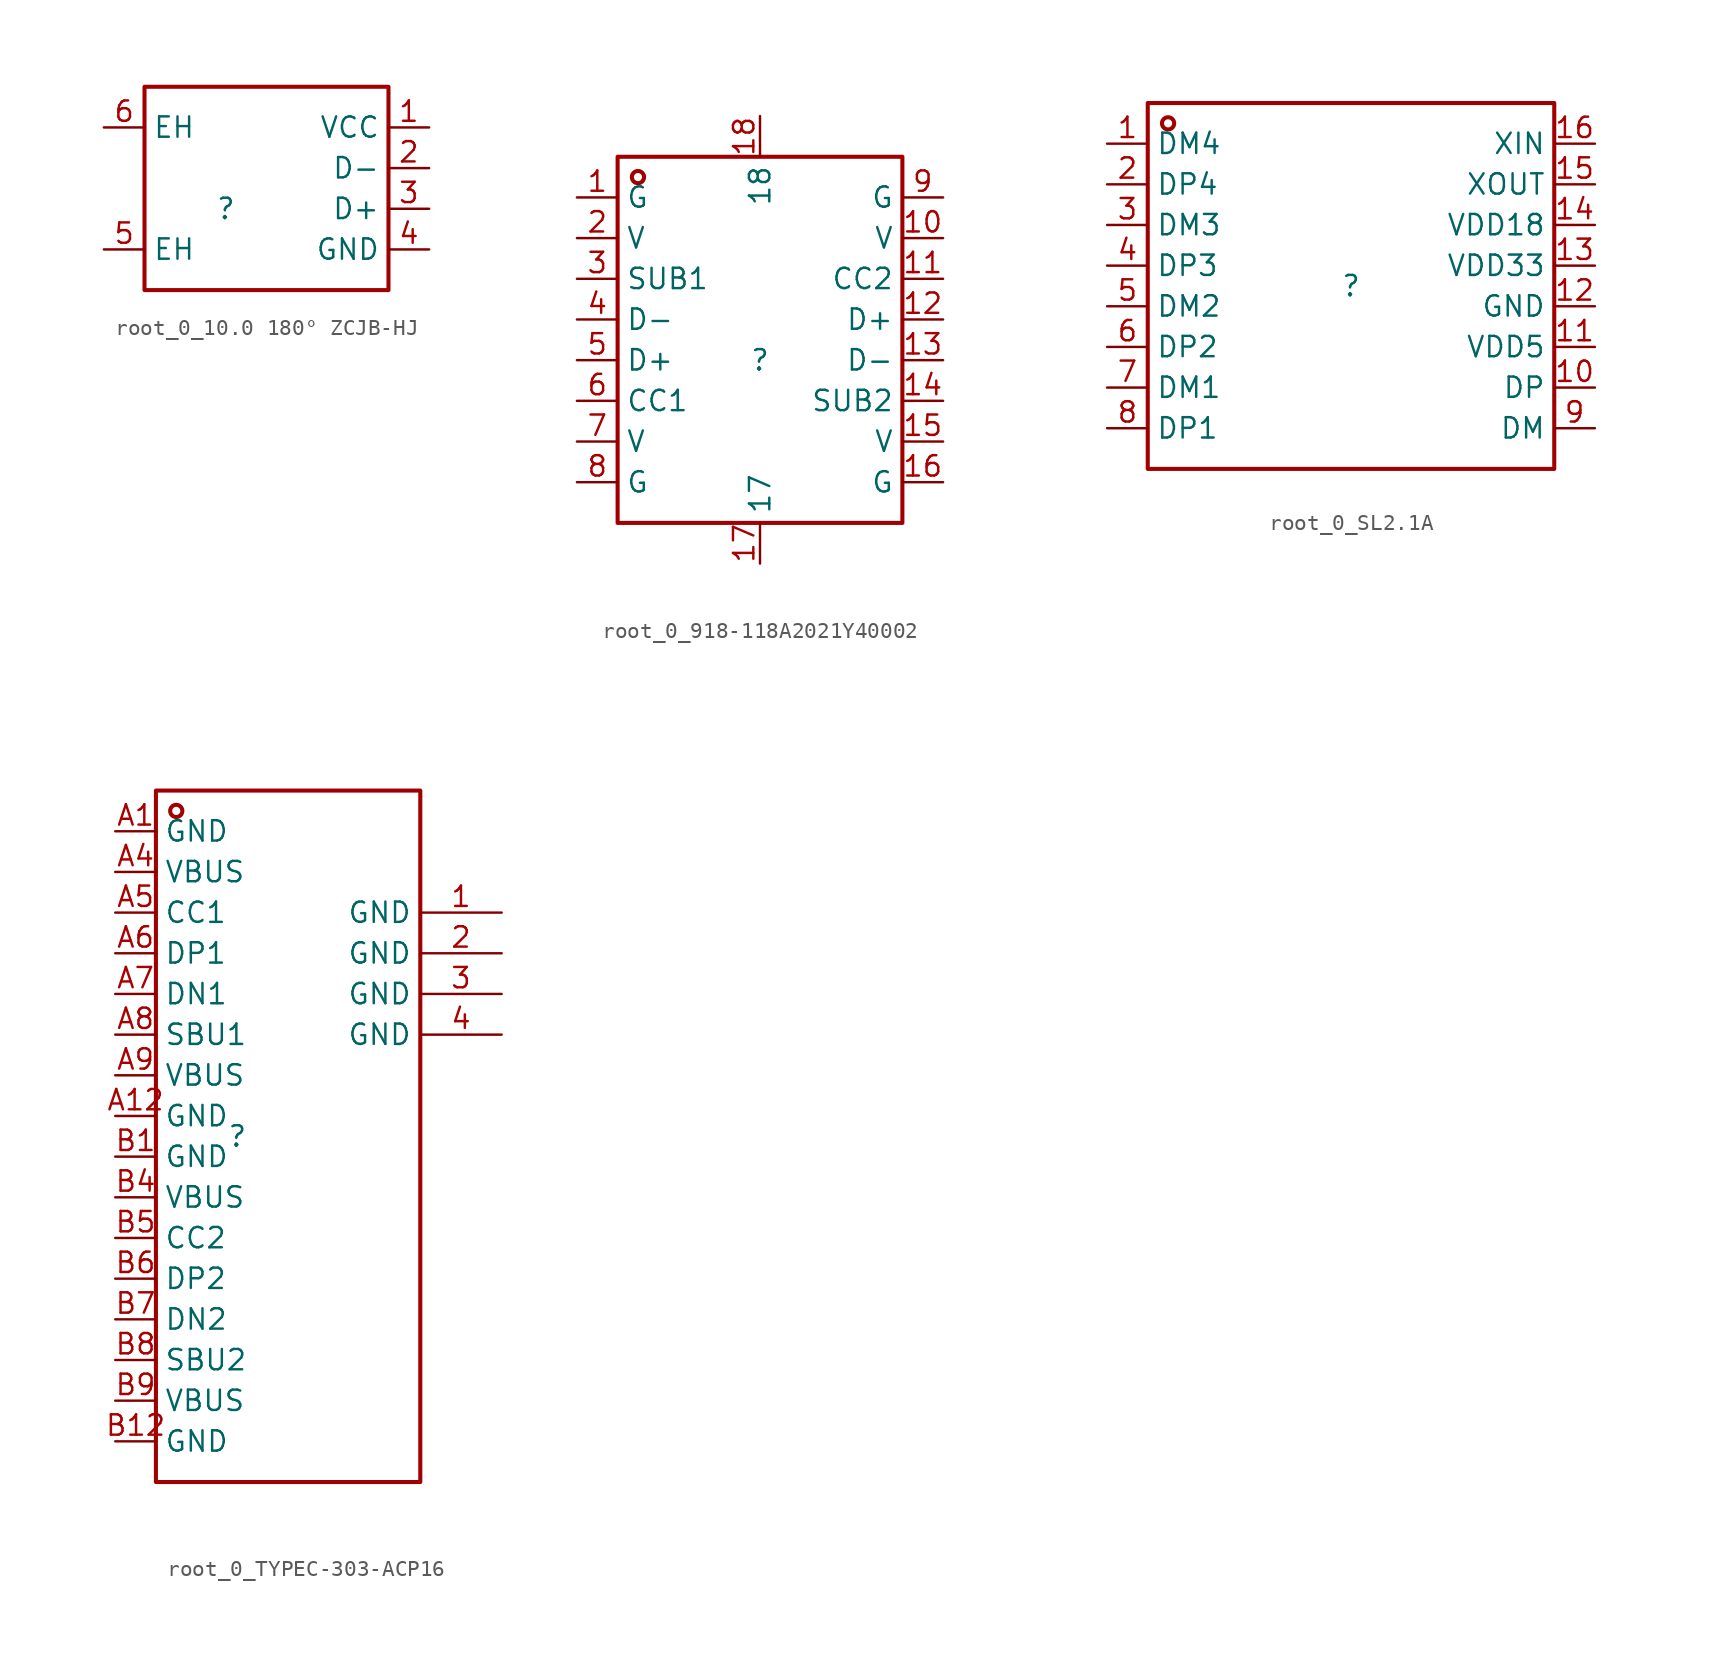
<source format=kicad_sym>
(kicad_symbol_lib
  (version 20231120)
  (generator "kicad_symbol_editor")
  (generator_version "8.0")
  (symbol "root_0_10.0 180° ZCJB-HJ"
    (property "Reference" ""
      (at 0 0 0)
      (effects (font (size 1.27 1.27))))
    (property "Value" ""
      (at 0 0 0)
      (effects (font (size 1.27 1.27))))
    (symbol "root_0_10.0 180° ZCJB-HJ_1_0"
      (rectangle (start -5.08 7.62) (end 10.16 -5.08) (stroke (width 0.254) (type solid) (color 160 0 0 1)) (fill (type none)))
      (pin passive line (at 12.7 5.08 180) (length 2.54) (name "VCC" (effects (font (size 1.27 1.27)))) (number "1" (effects (font (size 1.27 1.27)))))
      (pin passive line (at 12.7 2.54 180) (length 2.54) (name "D-" (effects (font (size 1.27 1.27)))) (number "2" (effects (font (size 1.27 1.27)))))
      (pin passive line (at 12.7 0 180) (length 2.54) (name "D+" (effects (font (size 1.27 1.27)))) (number "3" (effects (font (size 1.27 1.27)))))
      (pin passive line (at 12.7 -2.54 180) (length 2.54) (name "GND" (effects (font (size 1.27 1.27)))) (number "4" (effects (font (size 1.27 1.27)))))
      (pin passive line (at -7.62 -2.54 0) (length 2.54) (name "EH" (effects (font (size 1.27 1.27)))) (number "5" (effects (font (size 1.27 1.27)))))
      (pin passive line (at -7.62 5.08 0) (length 2.54) (name "EH" (effects (font (size 1.27 1.27)))) (number "6" (effects (font (size 1.27 1.27)))))))
  (symbol "root_0_918-118A2021Y40002"
    (property "Reference" ""
      (at 0 0 0)
      (effects (font (size 1.27 1.27))))
    (property "Value" ""
      (at 0 0 0)
      (effects (font (size 1.27 1.27))))
    (symbol "root_0_918-118A2021Y40002_1_0"
      (rectangle (start -8.89 12.7) (end 8.89 -10.16) (stroke (width 0.254) (type solid) (color 160 0 0 1)) (fill (type none)))
      (circle (center -7.62 11.43) (radius 0.381) (stroke (width 0.254) (type solid) (color 160 0 0 1)) (fill (type none)))
      (pin passive line (at -11.43 10.16 0) (length 2.54) (name "G" (effects (font (size 1.27 1.27)))) (number "1" (effects (font (size 1.27 1.27)))))
      (pin passive line (at 11.43 7.62 180) (length 2.54) (name "V" (effects (font (size 1.27 1.27)))) (number "10" (effects (font (size 1.27 1.27)))))
      (pin passive line (at 11.43 5.08 180) (length 2.54) (name "CC2" (effects (font (size 1.27 1.27)))) (number "11" (effects (font (size 1.27 1.27)))))
      (pin passive line (at 11.43 2.54 180) (length 2.54) (name "D+" (effects (font (size 1.27 1.27)))) (number "12" (effects (font (size 1.27 1.27)))))
      (pin passive line (at 11.43 0 180) (length 2.54) (name "D-" (effects (font (size 1.27 1.27)))) (number "13" (effects (font (size 1.27 1.27)))))
      (pin passive line (at 11.43 -2.54 180) (length 2.54) (name "SUB2" (effects (font (size 1.27 1.27)))) (number "14" (effects (font (size 1.27 1.27)))))
      (pin passive line (at 11.43 -5.08 180) (length 2.54) (name "V" (effects (font (size 1.27 1.27)))) (number "15" (effects (font (size 1.27 1.27)))))
      (pin passive line (at 11.43 -7.62 180) (length 2.54) (name "G" (effects (font (size 1.27 1.27)))) (number "16" (effects (font (size 1.27 1.27)))))
      (pin passive line (at 0 -12.7 90) (length 2.54) (name "17" (effects (font (size 1.27 1.27)))) (number "17" (effects (font (size 1.27 1.27)))))
      (pin passive line (at 0 15.24 270) (length 2.54) (name "18" (effects (font (size 1.27 1.27)))) (number "18" (effects (font (size 1.27 1.27)))))
      (pin passive line (at -11.43 7.62 0) (length 2.54) (name "V" (effects (font (size 1.27 1.27)))) (number "2" (effects (font (size 1.27 1.27)))))
      (pin passive line (at -11.43 5.08 0) (length 2.54) (name "SUB1" (effects (font (size 1.27 1.27)))) (number "3" (effects (font (size 1.27 1.27)))))
      (pin passive line (at -11.43 2.54 0) (length 2.54) (name "D-" (effects (font (size 1.27 1.27)))) (number "4" (effects (font (size 1.27 1.27)))))
      (pin passive line (at -11.43 0 0) (length 2.54) (name "D+" (effects (font (size 1.27 1.27)))) (number "5" (effects (font (size 1.27 1.27)))))
      (pin passive line (at -11.43 -2.54 0) (length 2.54) (name "CC1" (effects (font (size 1.27 1.27)))) (number "6" (effects (font (size 1.27 1.27)))))
      (pin passive line (at -11.43 -5.08 0) (length 2.54) (name "V" (effects (font (size 1.27 1.27)))) (number "7" (effects (font (size 1.27 1.27)))))
      (pin passive line (at -11.43 -7.62 0) (length 2.54) (name "G" (effects (font (size 1.27 1.27)))) (number "8" (effects (font (size 1.27 1.27)))))
      (pin passive line (at 11.43 10.16 180) (length 2.54) (name "G" (effects (font (size 1.27 1.27)))) (number "9" (effects (font (size 1.27 1.27)))))))
  (symbol "root_0_SL2.1A"
    (property "Reference" ""
      (at 0 0 0)
      (effects (font (size 1.27 1.27))))
    (property "Value" ""
      (at 0 0 0)
      (effects (font (size 1.27 1.27))))
    (symbol "root_0_SL2.1A_1_0"
      (rectangle (start -12.7 11.43) (end 12.7 -11.43) (stroke (width 0.254) (type solid) (color 160 0 0 1)) (fill (type none)))
      (circle (center -11.43 10.16) (radius 0.381) (stroke (width 0.254) (type solid) (color 160 0 0 1)) (fill (type none)))
      (pin passive line (at -15.24 8.89 0) (length 2.54) (name "DM4" (effects (font (size 1.27 1.27)))) (number "1" (effects (font (size 1.27 1.27)))))
      (pin passive line (at 15.24 -6.35 180) (length 2.54) (name "DP" (effects (font (size 1.27 1.27)))) (number "10" (effects (font (size 1.27 1.27)))))
      (pin passive line (at 15.24 -3.81 180) (length 2.54) (name "VDD5" (effects (font (size 1.27 1.27)))) (number "11" (effects (font (size 1.27 1.27)))))
      (pin passive line (at 15.24 -1.27 180) (length 2.54) (name "GND" (effects (font (size 1.27 1.27)))) (number "12" (effects (font (size 1.27 1.27)))))
      (pin passive line (at 15.24 1.27 180) (length 2.54) (name "VDD33" (effects (font (size 1.27 1.27)))) (number "13" (effects (font (size 1.27 1.27)))))
      (pin passive line (at 15.24 3.81 180) (length 2.54) (name "VDD18" (effects (font (size 1.27 1.27)))) (number "14" (effects (font (size 1.27 1.27)))))
      (pin passive line (at 15.24 6.35 180) (length 2.54) (name "XOUT" (effects (font (size 1.27 1.27)))) (number "15" (effects (font (size 1.27 1.27)))))
      (pin passive line (at 15.24 8.89 180) (length 2.54) (name "XIN" (effects (font (size 1.27 1.27)))) (number "16" (effects (font (size 1.27 1.27)))))
      (pin passive line (at -15.24 6.35 0) (length 2.54) (name "DP4" (effects (font (size 1.27 1.27)))) (number "2" (effects (font (size 1.27 1.27)))))
      (pin passive line (at -15.24 3.81 0) (length 2.54) (name "DM3" (effects (font (size 1.27 1.27)))) (number "3" (effects (font (size 1.27 1.27)))))
      (pin passive line (at -15.24 1.27 0) (length 2.54) (name "DP3" (effects (font (size 1.27 1.27)))) (number "4" (effects (font (size 1.27 1.27)))))
      (pin passive line (at -15.24 -1.27 0) (length 2.54) (name "DM2" (effects (font (size 1.27 1.27)))) (number "5" (effects (font (size 1.27 1.27)))))
      (pin passive line (at -15.24 -3.81 0) (length 2.54) (name "DP2" (effects (font (size 1.27 1.27)))) (number "6" (effects (font (size 1.27 1.27)))))
      (pin passive line (at -15.24 -6.35 0) (length 2.54) (name "DM1" (effects (font (size 1.27 1.27)))) (number "7" (effects (font (size 1.27 1.27)))))
      (pin passive line (at -15.24 -8.89 0) (length 2.54) (name "DP1" (effects (font (size 1.27 1.27)))) (number "8" (effects (font (size 1.27 1.27)))))
      (pin passive line (at 15.24 -8.89 180) (length 2.54) (name "DM" (effects (font (size 1.27 1.27)))) (number "9" (effects (font (size 1.27 1.27)))))))
  (symbol "root_0_TYPEC-303-ACP16"
    (property "Reference" ""
      (at 0 0 0)
      (effects (font (size 1.27 1.27))))
    (property "Value" ""
      (at 0 0 0)
      (effects (font (size 1.27 1.27))))
    (symbol "root_0_TYPEC-303-ACP16_1_0"
      (rectangle (start -5.08 21.59) (end 11.43 -21.59) (stroke (width 0.254) (type solid) (color 160 0 0 1)) (fill (type none)))
      (circle (center -3.81 20.32) (radius 0.381) (stroke (width 0.254) (type solid) (color 160 0 0 1)) (fill (type none)))
      (pin passive line (at 16.51 13.97 180) (length 5.08) (name "GND" (effects (font (size 1.27 1.27)))) (number "1" (effects (font (size 1.27 1.27)))))
      (pin passive line (at 16.51 11.43 180) (length 5.08) (name "GND" (effects (font (size 1.27 1.27)))) (number "2" (effects (font (size 1.27 1.27)))))
      (pin passive line (at 16.51 8.89 180) (length 5.08) (name "GND" (effects (font (size 1.27 1.27)))) (number "3" (effects (font (size 1.27 1.27)))))
      (pin passive line (at 16.51 6.35 180) (length 5.08) (name "GND" (effects (font (size 1.27 1.27)))) (number "4" (effects (font (size 1.27 1.27)))))
      (pin passive line (at -7.62 19.05 0) (length 2.54) (name "GND" (effects (font (size 1.27 1.27)))) (number "A1" (effects (font (size 1.27 1.27)))))
      (pin passive line (at -7.62 1.27 0) (length 2.54) (name "GND" (effects (font (size 1.27 1.27)))) (number "A12" (effects (font (size 1.27 1.27)))))
      (pin passive line (at -7.62 16.51 0) (length 2.54) (name "VBUS" (effects (font (size 1.27 1.27)))) (number "A4" (effects (font (size 1.27 1.27)))))
      (pin passive line (at -7.62 13.97 0) (length 2.54) (name "CC1" (effects (font (size 1.27 1.27)))) (number "A5" (effects (font (size 1.27 1.27)))))
      (pin passive line (at -7.62 11.43 0) (length 2.54) (name "DP1" (effects (font (size 1.27 1.27)))) (number "A6" (effects (font (size 1.27 1.27)))))
      (pin passive line (at -7.62 8.89 0) (length 2.54) (name "DN1" (effects (font (size 1.27 1.27)))) (number "A7" (effects (font (size 1.27 1.27)))))
      (pin passive line (at -7.62 6.35 0) (length 2.54) (name "SBU1" (effects (font (size 1.27 1.27)))) (number "A8" (effects (font (size 1.27 1.27)))))
      (pin passive line (at -7.62 3.81 0) (length 2.54) (name "VBUS" (effects (font (size 1.27 1.27)))) (number "A9" (effects (font (size 1.27 1.27)))))
      (pin passive line (at -7.62 -1.27 0) (length 2.54) (name "GND" (effects (font (size 1.27 1.27)))) (number "B1" (effects (font (size 1.27 1.27)))))
      (pin passive line (at -7.62 -19.05 0) (length 2.54) (name "GND" (effects (font (size 1.27 1.27)))) (number "B12" (effects (font (size 1.27 1.27)))))
      (pin passive line (at -7.62 -3.81 0) (length 2.54) (name "VBUS" (effects (font (size 1.27 1.27)))) (number "B4" (effects (font (size 1.27 1.27)))))
      (pin passive line (at -7.62 -6.35 0) (length 2.54) (name "CC2" (effects (font (size 1.27 1.27)))) (number "B5" (effects (font (size 1.27 1.27)))))
      (pin passive line (at -7.62 -8.89 0) (length 2.54) (name "DP2" (effects (font (size 1.27 1.27)))) (number "B6" (effects (font (size 1.27 1.27)))))
      (pin passive line (at -7.62 -11.43 0) (length 2.54) (name "DN2" (effects (font (size 1.27 1.27)))) (number "B7" (effects (font (size 1.27 1.27)))))
      (pin passive line (at -7.62 -13.97 0) (length 2.54) (name "SBU2" (effects (font (size 1.27 1.27)))) (number "B8" (effects (font (size 1.27 1.27)))))
      (pin passive line (at -7.62 -16.51 0) (length 2.54) (name "VBUS" (effects (font (size 1.27 1.27)))) (number "B9" (effects (font (size 1.27 1.27))))))))
</source>
